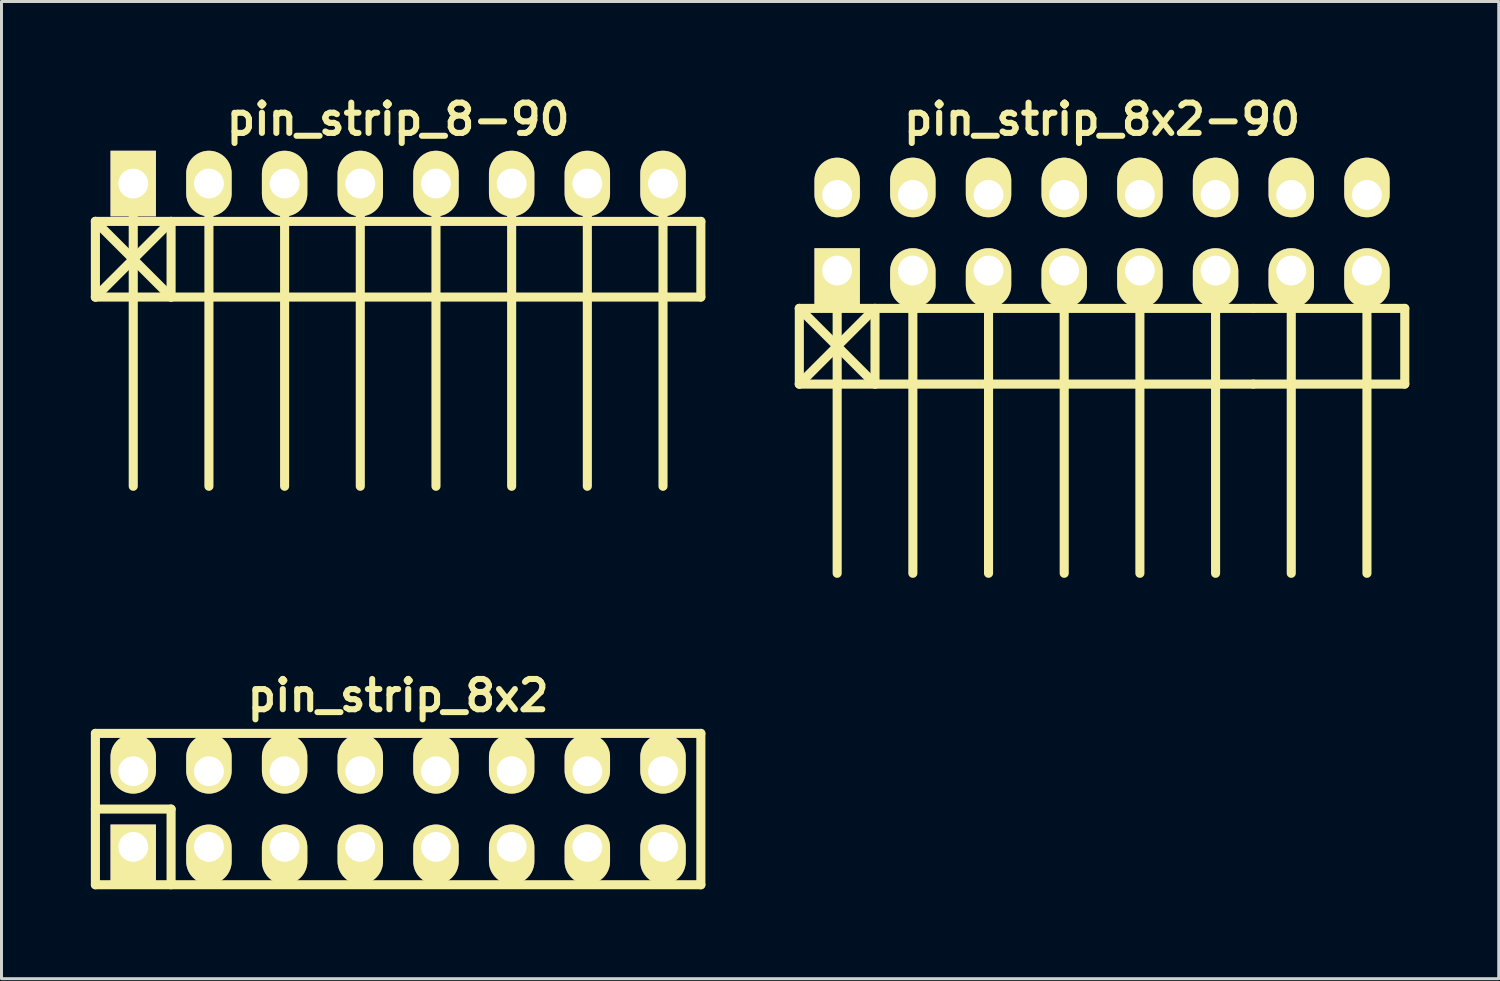
<source format=kicad_pcb>
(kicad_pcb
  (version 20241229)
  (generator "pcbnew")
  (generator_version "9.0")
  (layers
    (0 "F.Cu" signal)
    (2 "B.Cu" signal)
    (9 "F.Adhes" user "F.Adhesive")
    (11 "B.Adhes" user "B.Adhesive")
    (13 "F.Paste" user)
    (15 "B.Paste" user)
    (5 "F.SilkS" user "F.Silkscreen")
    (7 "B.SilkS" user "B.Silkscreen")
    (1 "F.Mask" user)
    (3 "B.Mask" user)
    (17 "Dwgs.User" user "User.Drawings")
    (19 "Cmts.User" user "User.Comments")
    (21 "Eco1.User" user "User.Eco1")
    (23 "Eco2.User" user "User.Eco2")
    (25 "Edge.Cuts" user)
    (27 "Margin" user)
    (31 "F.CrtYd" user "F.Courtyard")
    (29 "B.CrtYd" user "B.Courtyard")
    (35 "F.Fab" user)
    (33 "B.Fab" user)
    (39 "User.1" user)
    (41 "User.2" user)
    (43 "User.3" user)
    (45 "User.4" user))
  (footprint "pin_strip_8x2"
    (layer "F.Cu")
    (at 10.312 24.104)
    (property "Reference" "pin_strip_8x2" (at 0 -3.81 0) (layer "F.SilkS") (effects (font (size 1.016 1.016) (thickness 0.203))))
    (attr through_hole)
    (fp_line (start -10.16 -2.54) (end -10.16 2.54) (stroke (width 0.305) (type solid)) (layer "F.SilkS"))
    (fp_line (start -10.16 -2.54) (end 10.16 -2.54) (stroke (width 0.305) (type solid)) (layer "F.SilkS"))
    (fp_line (start -10.16 0) (end -7.62 0) (stroke (width 0.305) (type solid)) (layer "F.SilkS"))
    (fp_line (start -7.62 0) (end -7.62 2.54) (stroke (width 0.305) (type solid)) (layer "F.SilkS"))
    (fp_line (start 10.16 -2.54) (end 10.16 2.54) (stroke (width 0.305) (type solid)) (layer "F.SilkS"))
    (fp_line (start 10.16 2.54) (end -10.16 2.54) (stroke (width 0.305) (type solid)) (layer "F.SilkS"))
    (pad "1" thru_hole rect (at -8.89 1.27) (size 1.524 1.999) (drill 1.001 (offset 0 0.249)) (layers "*.Cu" "*.Mask" "F.SilkS"))
    (pad "2" thru_hole oval (at -8.89 -1.27) (size 1.524 1.999) (drill 1.001 (offset 0 -0.249)) (layers "*.Cu" "*.Mask" "F.SilkS"))
    (pad "3" thru_hole oval (at -6.35 1.27) (size 1.524 1.999) (drill 1.001 (offset 0 0.249)) (layers "*.Cu" "*.Mask" "F.SilkS"))
    (pad "4" thru_hole oval (at -6.35 -1.27) (size 1.524 1.999) (drill 1.001 (offset 0 -0.249)) (layers "*.Cu" "*.Mask" "F.SilkS"))
    (pad "5" thru_hole oval (at -3.81 1.27) (size 1.524 1.999) (drill 1.001 (offset 0 0.249)) (layers "*.Cu" "*.Mask" "F.SilkS"))
    (pad "6" thru_hole oval (at -3.81 -1.27) (size 1.524 1.999) (drill 1.001 (offset 0 -0.249)) (layers "*.Cu" "*.Mask" "F.SilkS"))
    (pad "7" thru_hole oval (at -1.27 1.27) (size 1.524 1.999) (drill 1.001 (offset 0 0.249)) (layers "*.Cu" "*.Mask" "F.SilkS"))
    (pad "8" thru_hole oval (at -1.27 -1.27) (size 1.524 1.999) (drill 1.001 (offset 0 -0.249)) (layers "*.Cu" "*.Mask" "F.SilkS"))
    (pad "9" thru_hole oval (at 1.27 1.27) (size 1.524 1.999) (drill 1.001 (offset 0 0.249)) (layers "*.Cu" "*.Mask" "F.SilkS"))
    (pad "10" thru_hole oval (at 1.27 -1.27) (size 1.524 1.999) (drill 1.001 (offset 0 -0.249)) (layers "*.Cu" "*.Mask" "F.SilkS"))
    (pad "11" thru_hole oval (at 3.81 1.27) (size 1.524 1.999) (drill 1.001 (offset 0 0.249)) (layers "*.Cu" "*.Mask" "F.SilkS"))
    (pad "12" thru_hole oval (at 3.81 -1.27) (size 1.524 1.999) (drill 1.001 (offset 0 -0.249)) (layers "*.Cu" "*.Mask" "F.SilkS"))
    (pad "13" thru_hole oval (at 6.35 1.27) (size 1.524 1.999) (drill 1.001 (offset 0 0.249)) (layers "*.Cu" "*.Mask" "F.SilkS"))
    (pad "14" thru_hole oval (at 6.35 -1.27) (size 1.524 1.999) (drill 1.001 (offset 0 -0.249)) (layers "*.Cu" "*.Mask" "F.SilkS"))
    (pad "15" thru_hole oval (at 8.89 1.27) (size 1.524 1.999) (drill 1.001 (offset 0 0.249)) (layers "*.Cu" "*.Mask" "F.SilkS"))
    (pad "16" thru_hole oval (at 8.89 -1.27) (size 1.524 1.999) (drill 1.001 (offset 0 -0.249)) (layers "*.Cu" "*.Mask" "F.SilkS")))
  (footprint "pin_strip_8x2-90"
    (layer "F.Cu")
    (at 33.937 4.761)
    (property "Reference" "pin_strip_8x2-90" (at 0 -3.81 0) (layer "F.SilkS") (effects (font (size 1.016 1.016) (thickness 0.203))))
    (attr through_hole)
    (fp_line (start -10.16 2.54) (end -7.62 5.08) (stroke (width 0.305) (type solid)) (layer "F.SilkS"))
    (fp_line (start -10.16 2.54) (end 5.08 2.54) (stroke (width 0.305) (type solid)) (layer "F.SilkS"))
    (fp_line (start -10.16 5.08) (end -10.16 2.54) (stroke (width 0.305) (type solid)) (layer "F.SilkS"))
    (fp_line (start -8.89 1.27) (end -8.89 11.43) (stroke (width 0.305) (type solid)) (layer "F.SilkS"))
    (fp_line (start -7.62 2.54) (end -10.16 5.08) (stroke (width 0.305) (type solid)) (layer "F.SilkS"))
    (fp_line (start -7.62 5.08) (end -7.62 2.54) (stroke (width 0.305) (type solid)) (layer "F.SilkS"))
    (fp_line (start -6.35 1.27) (end -6.35 11.43) (stroke (width 0.305) (type solid)) (layer "F.SilkS"))
    (fp_line (start -3.81 11.43) (end -3.81 1.27) (stroke (width 0.305) (type solid)) (layer "F.SilkS"))
    (fp_line (start -1.27 1.27) (end -1.27 11.43) (stroke (width 0.305) (type solid)) (layer "F.SilkS"))
    (fp_line (start 1.27 1.27) (end 1.27 11.43) (stroke (width 0.305) (type solid)) (layer "F.SilkS"))
    (fp_line (start 3.81 1.27) (end 3.81 11.43) (stroke (width 0.305) (type solid)) (layer "F.SilkS"))
    (fp_line (start 5.08 2.54) (end 10.16 2.54) (stroke (width 0.305) (type solid)) (layer "F.SilkS"))
    (fp_line (start 5.08 5.08) (end -10.16 5.08) (stroke (width 0.305) (type solid)) (layer "F.SilkS"))
    (fp_line (start 6.35 1.27) (end 6.35 11.43) (stroke (width 0.305) (type solid)) (layer "F.SilkS"))
    (fp_line (start 8.89 1.27) (end 8.89 11.43) (stroke (width 0.305) (type solid)) (layer "F.SilkS"))
    (fp_line (start 10.16 2.54) (end 10.16 5.08) (stroke (width 0.305) (type solid)) (layer "F.SilkS"))
    (fp_line (start 10.16 5.08) (end 5.08 5.08) (stroke (width 0.305) (type solid)) (layer "F.SilkS"))
    (pad "1" thru_hole rect (at -8.89 1.27) (size 1.524 1.999) (drill 1.001 (offset 0 0.249)) (layers "*.Cu" "*.Mask" "F.SilkS"))
    (pad "2" thru_hole oval (at -8.89 -1.27) (size 1.524 1.999) (drill 1.001 (offset 0 -0.249)) (layers "*.Cu" "*.Mask" "F.SilkS"))
    (pad "3" thru_hole oval (at -6.35 1.27) (size 1.524 1.999) (drill 1.001 (offset 0 0.249)) (layers "*.Cu" "*.Mask" "F.SilkS"))
    (pad "4" thru_hole oval (at -6.35 -1.27) (size 1.524 1.999) (drill 1.001 (offset 0 -0.249)) (layers "*.Cu" "*.Mask" "F.SilkS"))
    (pad "5" thru_hole oval (at -3.81 1.27) (size 1.524 1.999) (drill 1.001 (offset 0 0.249)) (layers "*.Cu" "*.Mask" "F.SilkS"))
    (pad "6" thru_hole oval (at -3.81 -1.27) (size 1.524 1.999) (drill 1.001 (offset 0 -0.249)) (layers "*.Cu" "*.Mask" "F.SilkS"))
    (pad "7" thru_hole oval (at -1.27 1.27) (size 1.524 1.999) (drill 1.001 (offset 0 0.249)) (layers "*.Cu" "*.Mask" "F.SilkS"))
    (pad "8" thru_hole oval (at -1.27 -1.27) (size 1.524 1.999) (drill 1.001 (offset 0 -0.249)) (layers "*.Cu" "*.Mask" "F.SilkS"))
    (pad "9" thru_hole oval (at 1.27 1.27) (size 1.524 1.999) (drill 1.001 (offset 0 0.249)) (layers "*.Cu" "*.Mask" "F.SilkS"))
    (pad "10" thru_hole oval (at 1.27 -1.27) (size 1.524 1.999) (drill 1.001 (offset 0 -0.249)) (layers "*.Cu" "*.Mask" "F.SilkS"))
    (pad "11" thru_hole oval (at 3.81 1.27) (size 1.524 1.999) (drill 1.001 (offset 0 0.249)) (layers "*.Cu" "*.Mask" "F.SilkS"))
    (pad "12" thru_hole oval (at 3.81 -1.27) (size 1.524 1.999) (drill 1.001 (offset 0 -0.249)) (layers "*.Cu" "*.Mask" "F.SilkS"))
    (pad "13" thru_hole oval (at 6.35 1.27) (size 1.524 1.999) (drill 1.001 (offset 0 0.249)) (layers "*.Cu" "*.Mask" "F.SilkS"))
    (pad "14" thru_hole oval (at 6.35 -1.27) (size 1.524 1.999) (drill 1.001 (offset 0 -0.249)) (layers "*.Cu" "*.Mask" "F.SilkS"))
    (pad "15" thru_hole oval (at 8.89 1.27) (size 1.524 1.999) (drill 1.001 (offset 0 0.249)) (layers "*.Cu" "*.Mask" "F.SilkS"))
    (pad "16" thru_hole oval (at 8.89 -1.27) (size 1.524 1.999) (drill 1.001 (offset 0 -0.249)) (layers "*.Cu" "*.Mask" "F.SilkS")))
  (footprint "pin_strip_8-90"
    (layer "F.Cu")
    (at 10.312 3.11)
    (property "Reference" "pin_strip_8-90" (at 0 -2.159 0) (layer "F.SilkS") (effects (font (size 1.016 1.016) (thickness 0.203))))
    (attr through_hole)
    (fp_line (start -10.16 1.27) (end -7.62 3.81) (stroke (width 0.305) (type solid)) (layer "F.SilkS"))
    (fp_line (start -10.16 1.27) (end 10.16 1.27) (stroke (width 0.305) (type solid)) (layer "F.SilkS"))
    (fp_line (start -10.16 3.81) (end -10.16 1.27) (stroke (width 0.305) (type solid)) (layer "F.SilkS"))
    (fp_line (start -8.89 0) (end -8.89 10.16) (stroke (width 0.305) (type solid)) (layer "F.SilkS"))
    (fp_line (start -7.62 1.27) (end -10.16 3.81) (stroke (width 0.305) (type solid)) (layer "F.SilkS"))
    (fp_line (start -7.62 1.27) (end -7.62 3.81) (stroke (width 0.305) (type solid)) (layer "F.SilkS"))
    (fp_line (start -6.35 0) (end -6.35 10.16) (stroke (width 0.305) (type solid)) (layer "F.SilkS"))
    (fp_line (start -3.81 10.16) (end -3.81 0) (stroke (width 0.305) (type solid)) (layer "F.SilkS"))
    (fp_line (start -1.27 0) (end -1.27 10.16) (stroke (width 0.305) (type solid)) (layer "F.SilkS"))
    (fp_line (start 1.27 0) (end 1.27 10.16) (stroke (width 0.305) (type solid)) (layer "F.SilkS"))
    (fp_line (start 3.81 0) (end 3.81 10.16) (stroke (width 0.305) (type solid)) (layer "F.SilkS"))
    (fp_line (start 6.35 0) (end 6.35 10.16) (stroke (width 0.305) (type solid)) (layer "F.SilkS"))
    (fp_line (start 8.89 0) (end 8.89 10.16) (stroke (width 0.305) (type solid)) (layer "F.SilkS"))
    (fp_line (start 10.16 1.27) (end 10.16 3.81) (stroke (width 0.305) (type solid)) (layer "F.SilkS"))
    (fp_line (start 10.16 3.81) (end -10.16 3.81) (stroke (width 0.305) (type solid)) (layer "F.SilkS"))
    (pad "1" thru_hole rect (at -8.89 0) (size 1.524 2.2) (drill 1.001) (layers "*.Cu" "*.Mask" "F.SilkS"))
    (pad "2" thru_hole oval (at -6.35 0) (size 1.524 2.2) (drill 1.001) (layers "*.Cu" "*.Mask" "F.SilkS"))
    (pad "3" thru_hole oval (at -3.81 0) (size 1.524 2.2) (drill 1.001) (layers "*.Cu" "*.Mask" "F.SilkS"))
    (pad "4" thru_hole oval (at -1.27 0) (size 1.524 2.2) (drill 1.001) (layers "*.Cu" "*.Mask" "F.SilkS"))
    (pad "5" thru_hole oval (at 1.27 0) (size 1.524 2.2) (drill 1.001) (layers "*.Cu" "*.Mask" "F.SilkS"))
    (pad "6" thru_hole oval (at 3.81 0) (size 1.524 2.2) (drill 1.001) (layers "*.Cu" "*.Mask" "F.SilkS"))
    (pad "7" thru_hole oval (at 6.35 0) (size 1.524 2.2) (drill 1.001) (layers "*.Cu" "*.Mask" "F.SilkS"))
    (pad "8" thru_hole oval (at 8.89 0) (size 1.524 2.2) (drill 1.001) (layers "*.Cu" "*.Mask" "F.SilkS")))
  (gr_rect
    (start -3 -3)
    (end 47.25 29.797)
    (stroke (width 0.1) (type default))
    (fill no)
    (layer "Edge.Cuts")))
</source>
